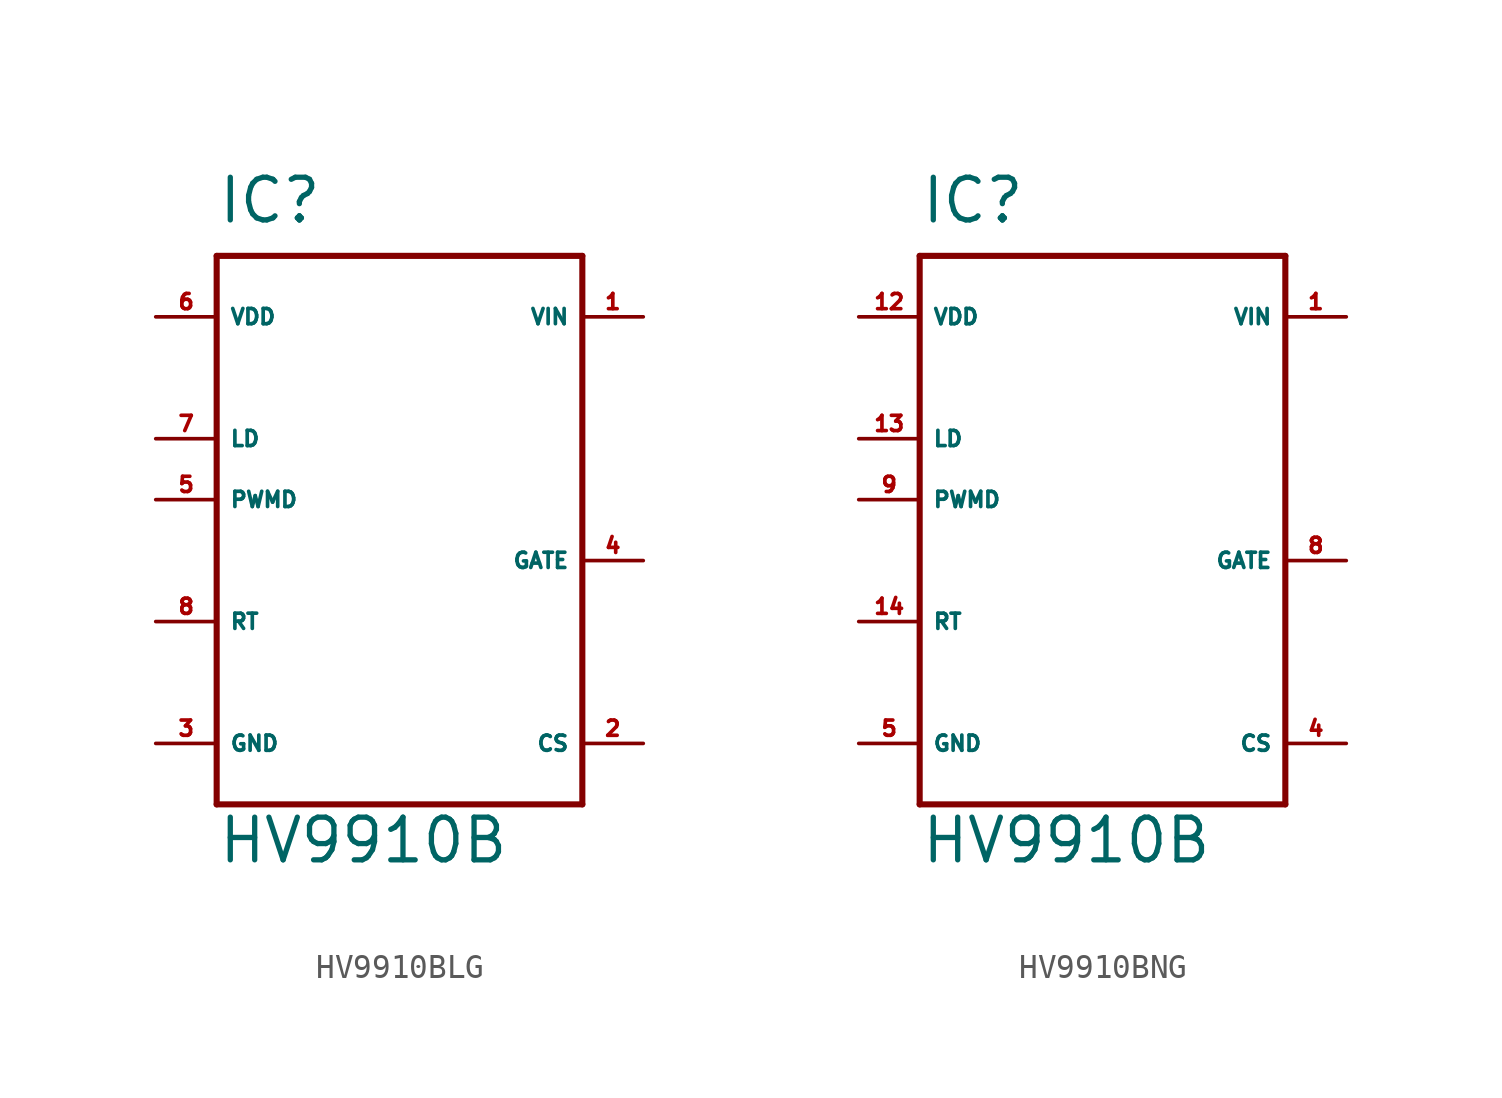
<source format=kicad_sym>
(kicad_symbol_lib
  (version 20220914)
  (generator Eagle2Kicad)
  (symbol "HV9910BLG"
    (property "Reference" "IC"
      (at -7.62 11.43 0)
      (effects (font (size 1.778 1.778) (thickness 0.22)) (justify left bottom)))
    (property "Value" "HV9910B"
      (at -7.62 -15.24 0)
      (effects (font (size 1.778 1.778) (thickness 0.22)) (justify left bottom)))
    (polyline
      (pts (xy -7.62 10.16) (xy 7.62 10.16))
      (stroke (width 0.254) (type default))
      (fill (type none)))
    (polyline
      (pts (xy 7.62 10.16) (xy 7.62 -12.7))
      (stroke (width 0.254) (type default))
      (fill (type none)))
    (polyline
      (pts (xy 7.62 -12.7) (xy -7.62 -12.7))
      (stroke (width 0.254) (type default))
      (fill (type none)))
    (polyline
      (pts (xy -7.62 -12.7) (xy -7.62 10.16))
      (stroke (width 0.254) (type default))
      (fill (type none)))
    (pin input line
      (at 10.16 7.62 180)
      (length 2.54)
      (name "VIN" (effects (font (size 0.635 0.635) (thickness 0.08)) (justify left bottom)))
      (number "1" (effects (font (size 0.635 0.635) (thickness 0.08)) (justify left bottom))))
    (pin input line
      (at 10.16 -10.16 180)
      (length 2.54)
      (name "CS" (effects (font (size 0.635 0.635) (thickness 0.08)) (justify left bottom)))
      (number "2" (effects (font (size 0.635 0.635) (thickness 0.08)) (justify left bottom))))
    (pin output line
      (at 10.16 -2.54 180)
      (length 2.54)
      (name "GATE" (effects (font (size 0.635 0.635) (thickness 0.08)) (justify left bottom)))
      (number "4" (effects (font (size 0.635 0.635) (thickness 0.08)) (justify left bottom))))
    (pin input line
      (at -10.16 0 0)
      (length 2.54)
      (name "PWMD" (effects (font (size 0.635 0.635) (thickness 0.08)) (justify left bottom)))
      (number "5" (effects (font (size 0.635 0.635) (thickness 0.08)) (justify left bottom))))
    (pin unspecified line
      (at -10.16 7.62 0)
      (length 2.54)
      (name "VDD" (effects (font (size 0.635 0.635) (thickness 0.08)) (justify left bottom)))
      (number "6" (effects (font (size 0.635 0.635) (thickness 0.08)) (justify left bottom))))
    (pin input line
      (at -10.16 2.54 0)
      (length 2.54)
      (name "LD" (effects (font (size 0.635 0.635) (thickness 0.08)) (justify left bottom)))
      (number "7" (effects (font (size 0.635 0.635) (thickness 0.08)) (justify left bottom))))
    (pin passive line
      (at -10.16 -5.08 0)
      (length 2.54)
      (name "RT" (effects (font (size 0.635 0.635) (thickness 0.08)) (justify left bottom)))
      (number "8" (effects (font (size 0.635 0.635) (thickness 0.08)) (justify left bottom))))
    (pin unspecified line
      (at -10.16 -10.16 0)
      (length 2.54)
      (name "GND" (effects (font (size 0.635 0.635) (thickness 0.08)) (justify left bottom)))
      (number "3" (effects (font (size 0.635 0.635) (thickness 0.08)) (justify left bottom)))))
  (symbol "HV9910BNG"
    (property "Reference" "IC"
      (at -7.62 11.43 0)
      (effects (font (size 1.778 1.778) (thickness 0.22)) (justify left bottom)))
    (property "Value" "HV9910B"
      (at -7.62 -15.24 0)
      (effects (font (size 1.778 1.778) (thickness 0.22)) (justify left bottom)))
    (polyline
      (pts (xy -7.62 10.16) (xy 7.62 10.16))
      (stroke (width 0.254) (type default))
      (fill (type none)))
    (polyline
      (pts (xy 7.62 10.16) (xy 7.62 -12.7))
      (stroke (width 0.254) (type default))
      (fill (type none)))
    (polyline
      (pts (xy 7.62 -12.7) (xy -7.62 -12.7))
      (stroke (width 0.254) (type default))
      (fill (type none)))
    (polyline
      (pts (xy -7.62 -12.7) (xy -7.62 10.16))
      (stroke (width 0.254) (type default))
      (fill (type none)))
    (pin input line
      (at 10.16 7.62 180)
      (length 2.54)
      (name "VIN" (effects (font (size 0.635 0.635) (thickness 0.08)) (justify left bottom)))
      (number "1" (effects (font (size 0.635 0.635) (thickness 0.08)) (justify left bottom))))
    (pin input line
      (at 10.16 -10.16 180)
      (length 2.54)
      (name "CS" (effects (font (size 0.635 0.635) (thickness 0.08)) (justify left bottom)))
      (number "4" (effects (font (size 0.635 0.635) (thickness 0.08)) (justify left bottom))))
    (pin output line
      (at 10.16 -2.54 180)
      (length 2.54)
      (name "GATE" (effects (font (size 0.635 0.635) (thickness 0.08)) (justify left bottom)))
      (number "8" (effects (font (size 0.635 0.635) (thickness 0.08)) (justify left bottom))))
    (pin input line
      (at -10.16 0 0)
      (length 2.54)
      (name "PWMD" (effects (font (size 0.635 0.635) (thickness 0.08)) (justify left bottom)))
      (number "9" (effects (font (size 0.635 0.635) (thickness 0.08)) (justify left bottom))))
    (pin unspecified line
      (at -10.16 7.62 0)
      (length 2.54)
      (name "VDD" (effects (font (size 0.635 0.635) (thickness 0.08)) (justify left bottom)))
      (number "12" (effects (font (size 0.635 0.635) (thickness 0.08)) (justify left bottom))))
    (pin input line
      (at -10.16 2.54 0)
      (length 2.54)
      (name "LD" (effects (font (size 0.635 0.635) (thickness 0.08)) (justify left bottom)))
      (number "13" (effects (font (size 0.635 0.635) (thickness 0.08)) (justify left bottom))))
    (pin passive line
      (at -10.16 -5.08 0)
      (length 2.54)
      (name "RT" (effects (font (size 0.635 0.635) (thickness 0.08)) (justify left bottom)))
      (number "14" (effects (font (size 0.635 0.635) (thickness 0.08)) (justify left bottom))))
    (pin unspecified line
      (at -10.16 -10.16 0)
      (length 2.54)
      (name "GND" (effects (font (size 0.635 0.635) (thickness 0.08)) (justify left bottom)))
      (number "5" (effects (font (size 0.635 0.635) (thickness 0.08)) (justify left bottom))))))
</source>
